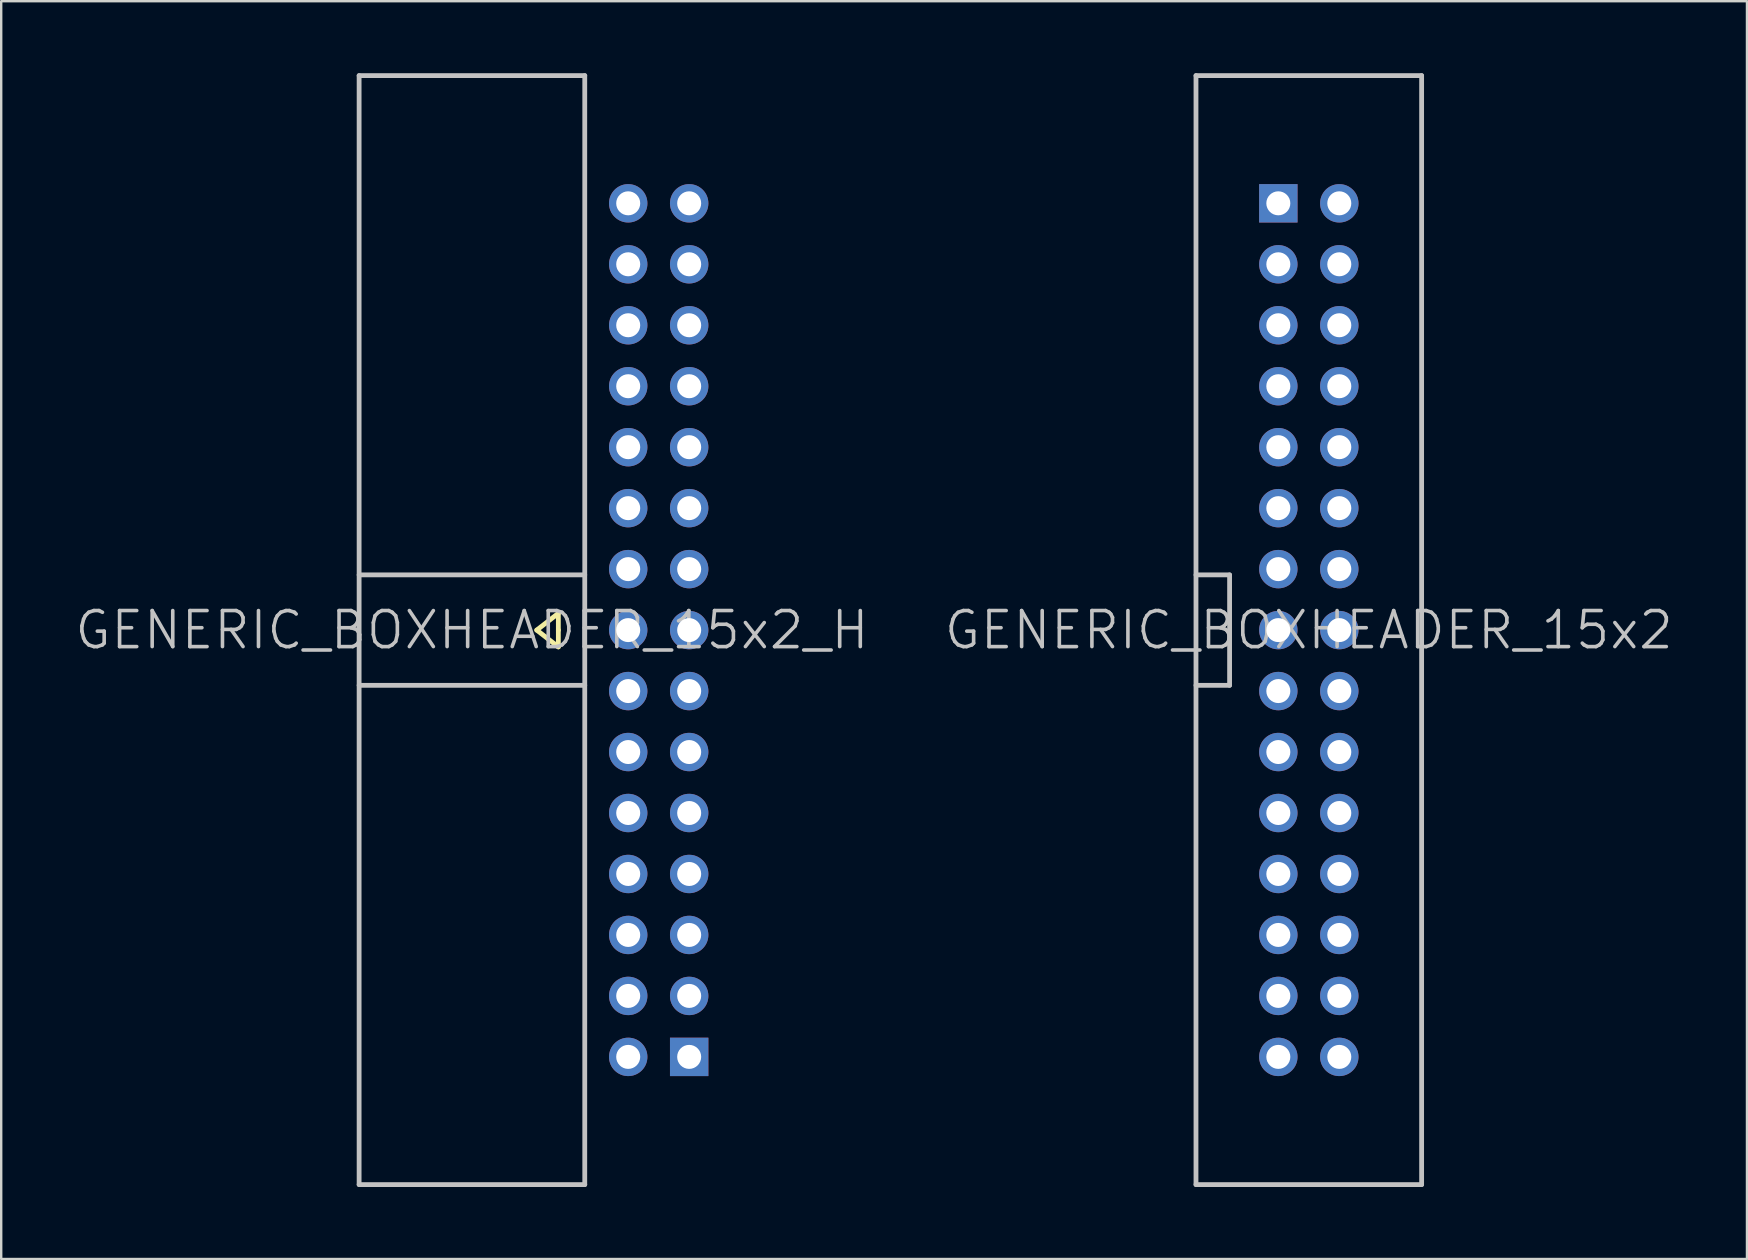
<source format=kicad_pcb>
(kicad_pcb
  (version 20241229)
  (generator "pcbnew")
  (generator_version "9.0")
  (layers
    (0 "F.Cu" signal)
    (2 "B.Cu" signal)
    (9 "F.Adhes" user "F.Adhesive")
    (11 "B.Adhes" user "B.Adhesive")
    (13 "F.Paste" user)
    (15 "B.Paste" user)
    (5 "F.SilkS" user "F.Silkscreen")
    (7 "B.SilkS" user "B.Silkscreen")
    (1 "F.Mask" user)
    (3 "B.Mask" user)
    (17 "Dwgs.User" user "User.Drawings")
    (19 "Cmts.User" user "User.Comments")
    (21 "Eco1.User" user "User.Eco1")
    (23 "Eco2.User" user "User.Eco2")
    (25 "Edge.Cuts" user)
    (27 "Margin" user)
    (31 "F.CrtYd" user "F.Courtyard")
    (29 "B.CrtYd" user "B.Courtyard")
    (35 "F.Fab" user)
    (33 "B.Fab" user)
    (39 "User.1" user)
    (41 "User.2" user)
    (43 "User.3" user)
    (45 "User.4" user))
  (footprint "GENERIC_BOXHEADER_15x2"
    (layer "F.Cu")
    (at 51.475 23.2)
    (property "Reference" "GENERIC_BOXHEADER_15x2" (at 0 0 180) (layer "Dwgs.User") (effects (font (size 1.5 1.5) (thickness 0.15))))
    (attr through_hole)
    (fp_line (start -4.7 -23.1) (end -4.7 23.1) (stroke (width 0.2) (type solid)) (layer "Dwgs.User"))
    (fp_line (start -4.7 2.3) (end -3.3 2.3) (stroke (width 0.2) (type solid)) (layer "Dwgs.User"))
    (fp_line (start -3.3 -2.3) (end -4.7 -2.3) (stroke (width 0.2) (type solid)) (layer "Dwgs.User"))
    (fp_line (start -3.3 2.3) (end -3.3 -2.3) (stroke (width 0.2) (type solid)) (layer "Dwgs.User"))
    (fp_line (start 4.7 -23.1) (end -4.7 -23.1) (stroke (width 0.2) (type solid)) (layer "Dwgs.User"))
    (fp_line (start 4.7 23.1) (end -4.7 23.1) (stroke (width 0.2) (type solid)) (layer "Dwgs.User"))
    (fp_line (start 4.7 23.1) (end 4.7 -23.1) (stroke (width 0.2) (type solid)) (layer "Dwgs.User"))
    (pad "1" thru_hole rect (at -1.27 -17.78) (size 1.6 1.6) (drill 1) (layers "*.Cu" "*.Mask"))
    (pad "2" thru_hole circle (at 1.27 -17.78 270) (size 1.6 1.6) (drill 1) (layers "*.Cu" "*.Mask"))
    (pad "3" thru_hole circle (at -1.27 -15.24 270) (size 1.6 1.6) (drill 1) (layers "*.Cu" "*.Mask"))
    (pad "4" thru_hole circle (at 1.27 -15.24 270) (size 1.6 1.6) (drill 1) (layers "*.Cu" "*.Mask"))
    (pad "5" thru_hole circle (at -1.27 -12.7 270) (size 1.6 1.6) (drill 1) (layers "*.Cu" "*.Mask"))
    (pad "6" thru_hole circle (at 1.27 -12.7 270) (size 1.6 1.6) (drill 1) (layers "*.Cu" "*.Mask"))
    (pad "7" thru_hole circle (at -1.27 -10.16 270) (size 1.6 1.6) (drill 1) (layers "*.Cu" "*.Mask"))
    (pad "8" thru_hole circle (at 1.27 -10.16 270) (size 1.6 1.6) (drill 1) (layers "*.Cu" "*.Mask"))
    (pad "9" thru_hole circle (at -1.27 -7.62 270) (size 1.6 1.6) (drill 1) (layers "*.Cu" "*.Mask"))
    (pad "10" thru_hole circle (at 1.27 -7.62 270) (size 1.6 1.6) (drill 1) (layers "*.Cu" "*.Mask"))
    (pad "11" thru_hole circle (at -1.27 -5.08 270) (size 1.6 1.6) (drill 1) (layers "*.Cu" "*.Mask"))
    (pad "12" thru_hole circle (at 1.27 -5.08 270) (size 1.6 1.6) (drill 1) (layers "*.Cu" "*.Mask"))
    (pad "13" thru_hole circle (at -1.27 -2.54 270) (size 1.6 1.6) (drill 1) (layers "*.Cu" "*.Mask"))
    (pad "14" thru_hole circle (at 1.27 -2.54 270) (size 1.6 1.6) (drill 1) (layers "*.Cu" "*.Mask"))
    (pad "15" thru_hole circle (at -1.27 0 270) (size 1.6 1.6) (drill 1) (layers "*.Cu" "*.Mask"))
    (pad "16" thru_hole circle (at 1.27 0 270) (size 1.6 1.6) (drill 1) (layers "*.Cu" "*.Mask"))
    (pad "17" thru_hole circle (at -1.27 2.54 270) (size 1.6 1.6) (drill 1) (layers "*.Cu" "*.Mask"))
    (pad "18" thru_hole circle (at 1.27 2.54 270) (size 1.6 1.6) (drill 1) (layers "*.Cu" "*.Mask"))
    (pad "19" thru_hole circle (at -1.27 5.08 270) (size 1.6 1.6) (drill 1) (layers "*.Cu" "*.Mask"))
    (pad "20" thru_hole circle (at 1.27 5.08 270) (size 1.6 1.6) (drill 1) (layers "*.Cu" "*.Mask"))
    (pad "21" thru_hole circle (at -1.27 7.62 270) (size 1.6 1.6) (drill 1) (layers "*.Cu" "*.Mask"))
    (pad "22" thru_hole circle (at 1.27 7.62 270) (size 1.6 1.6) (drill 1) (layers "*.Cu" "*.Mask"))
    (pad "23" thru_hole circle (at -1.27 10.16 270) (size 1.6 1.6) (drill 1) (layers "*.Cu" "*.Mask"))
    (pad "24" thru_hole circle (at 1.27 10.16 270) (size 1.6 1.6) (drill 1) (layers "*.Cu" "*.Mask"))
    (pad "25" thru_hole circle (at -1.27 12.7 270) (size 1.6 1.6) (drill 1) (layers "*.Cu" "*.Mask"))
    (pad "26" thru_hole circle (at 1.27 12.7 270) (size 1.6 1.6) (drill 1) (layers "*.Cu" "*.Mask"))
    (pad "27" thru_hole circle (at -1.27 15.24 270) (size 1.6 1.6) (drill 1) (layers "*.Cu" "*.Mask"))
    (pad "28" thru_hole circle (at 1.27 15.24 270) (size 1.6 1.6) (drill 1) (layers "*.Cu" "*.Mask"))
    (pad "29" thru_hole circle (at -1.27 17.78 270) (size 1.6 1.6) (drill 1) (layers "*.Cu" "*.Mask"))
    (pad "30" thru_hole circle (at 1.27 17.78 270) (size 1.6 1.6) (drill 1) (layers "*.Cu" "*.Mask")))
  (footprint "GENERIC_BOXHEADER_15x2_H"
    (layer "F.Cu")
    (at 19.311 23.2)
    (property "Reference" "GENERIC_BOXHEADER_15x2_H" (at -2.7 0 180) (layer "Dwgs.User") (effects (font (size 1.5 1.5) (thickness 0.15))))
    (attr through_hole)
    (fp_line (start 0 0) (end 0.9 0.7) (stroke (width 0.2) (type solid)) (layer "F.SilkS"))
    (fp_line (start 0.9 -0.7) (end 0 0) (stroke (width 0.2) (type solid)) (layer "F.SilkS"))
    (fp_line (start 0.9 0) (end 0.9 -0.7) (stroke (width 0.2) (type solid)) (layer "F.SilkS"))
    (fp_line (start 0.9 0.7) (end 0.9 0) (stroke (width 0.2) (type solid)) (layer "F.SilkS"))
    (fp_line (start -7.4 -23.1) (end -7.4 23.1) (stroke (width 0.2) (type solid)) (layer "Dwgs.User"))
    (fp_line (start -7.4 -23.1) (end 2 -23.1) (stroke (width 0.2) (type solid)) (layer "Dwgs.User"))
    (fp_line (start -7.4 -2.3) (end 2 -2.3) (stroke (width 0.2) (type solid)) (layer "Dwgs.User"))
    (fp_line (start -7.4 2.3) (end 2 2.3) (stroke (width 0.2) (type solid)) (layer "Dwgs.User"))
    (fp_line (start -7.4 23.1) (end 2 23.1) (stroke (width 0.2) (type solid)) (layer "Dwgs.User"))
    (fp_line (start 2 23.1) (end 2 -23.1) (stroke (width 0.2) (type solid)) (layer "Dwgs.User"))
    (pad "1" thru_hole rect (at 6.35 17.78) (size 1.6 1.6) (drill 1) (layers "*.Cu" "*.Mask"))
    (pad "2" thru_hole circle (at 3.81 17.78 90) (size 1.6 1.6) (drill 1) (layers "*.Cu" "*.Mask"))
    (pad "3" thru_hole circle (at 6.35 15.24 90) (size 1.6 1.6) (drill 1) (layers "*.Cu" "*.Mask"))
    (pad "4" thru_hole circle (at 3.81 15.24 90) (size 1.6 1.6) (drill 1) (layers "*.Cu" "*.Mask"))
    (pad "5" thru_hole circle (at 6.35 12.7 90) (size 1.6 1.6) (drill 1) (layers "*.Cu" "*.Mask"))
    (pad "6" thru_hole circle (at 3.81 12.7 90) (size 1.6 1.6) (drill 1) (layers "*.Cu" "*.Mask"))
    (pad "7" thru_hole circle (at 6.35 10.16 90) (size 1.6 1.6) (drill 1) (layers "*.Cu" "*.Mask"))
    (pad "8" thru_hole circle (at 3.81 10.16 90) (size 1.6 1.6) (drill 1) (layers "*.Cu" "*.Mask"))
    (pad "9" thru_hole circle (at 6.35 7.62 90) (size 1.6 1.6) (drill 1) (layers "*.Cu" "*.Mask"))
    (pad "10" thru_hole circle (at 3.81 7.62 90) (size 1.6 1.6) (drill 1) (layers "*.Cu" "*.Mask"))
    (pad "11" thru_hole circle (at 6.35 5.08 90) (size 1.6 1.6) (drill 1) (layers "*.Cu" "*.Mask"))
    (pad "12" thru_hole circle (at 3.81 5.08 90) (size 1.6 1.6) (drill 1) (layers "*.Cu" "*.Mask"))
    (pad "13" thru_hole circle (at 6.35 2.54 90) (size 1.6 1.6) (drill 1) (layers "*.Cu" "*.Mask"))
    (pad "14" thru_hole circle (at 3.81 2.54 90) (size 1.6 1.6) (drill 1) (layers "*.Cu" "*.Mask"))
    (pad "15" thru_hole circle (at 6.35 0 90) (size 1.6 1.6) (drill 1) (layers "*.Cu" "*.Mask"))
    (pad "16" thru_hole circle (at 3.81 0 90) (size 1.6 1.6) (drill 1) (layers "*.Cu" "*.Mask"))
    (pad "17" thru_hole circle (at 6.35 -2.54 90) (size 1.6 1.6) (drill 1) (layers "*.Cu" "*.Mask"))
    (pad "18" thru_hole circle (at 3.81 -2.54 90) (size 1.6 1.6) (drill 1) (layers "*.Cu" "*.Mask"))
    (pad "19" thru_hole circle (at 6.35 -5.08 90) (size 1.6 1.6) (drill 1) (layers "*.Cu" "*.Mask"))
    (pad "20" thru_hole circle (at 3.81 -5.08 90) (size 1.6 1.6) (drill 1) (layers "*.Cu" "*.Mask"))
    (pad "21" thru_hole circle (at 6.35 -7.62 90) (size 1.6 1.6) (drill 1) (layers "*.Cu" "*.Mask"))
    (pad "22" thru_hole circle (at 3.81 -7.62 90) (size 1.6 1.6) (drill 1) (layers "*.Cu" "*.Mask"))
    (pad "23" thru_hole circle (at 6.35 -10.16 90) (size 1.6 1.6) (drill 1) (layers "*.Cu" "*.Mask"))
    (pad "24" thru_hole circle (at 3.81 -10.16 90) (size 1.6 1.6) (drill 1) (layers "*.Cu" "*.Mask"))
    (pad "25" thru_hole circle (at 6.35 -12.7 90) (size 1.6 1.6) (drill 1) (layers "*.Cu" "*.Mask"))
    (pad "26" thru_hole circle (at 3.81 -12.7 90) (size 1.6 1.6) (drill 1) (layers "*.Cu" "*.Mask"))
    (pad "27" thru_hole circle (at 6.35 -15.24 90) (size 1.6 1.6) (drill 1) (layers "*.Cu" "*.Mask"))
    (pad "28" thru_hole circle (at 3.81 -15.24 90) (size 1.6 1.6) (drill 1) (layers "*.Cu" "*.Mask"))
    (pad "29" thru_hole circle (at 6.35 -17.78 90) (size 1.6 1.6) (drill 1) (layers "*.Cu" "*.Mask"))
    (pad "30" thru_hole circle (at 3.81 -17.78 90) (size 1.6 1.6) (drill 1) (layers "*.Cu" "*.Mask")))
  (gr_rect
    (start -3 -3)
    (end 69.729 49.4)
    (stroke (width 0.1) (type default))
    (fill no)
    (layer "Edge.Cuts")))
</source>
